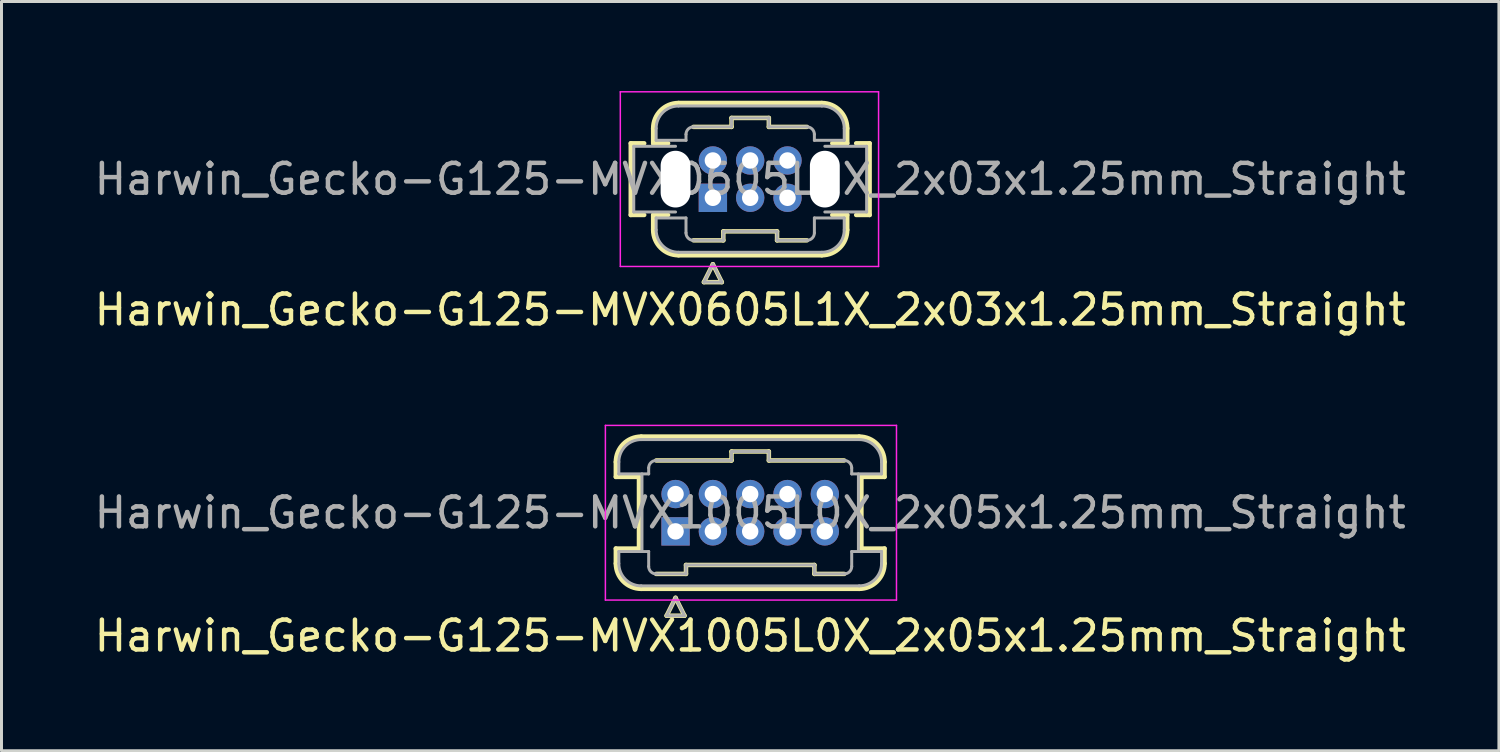
<source format=kicad_pcb>
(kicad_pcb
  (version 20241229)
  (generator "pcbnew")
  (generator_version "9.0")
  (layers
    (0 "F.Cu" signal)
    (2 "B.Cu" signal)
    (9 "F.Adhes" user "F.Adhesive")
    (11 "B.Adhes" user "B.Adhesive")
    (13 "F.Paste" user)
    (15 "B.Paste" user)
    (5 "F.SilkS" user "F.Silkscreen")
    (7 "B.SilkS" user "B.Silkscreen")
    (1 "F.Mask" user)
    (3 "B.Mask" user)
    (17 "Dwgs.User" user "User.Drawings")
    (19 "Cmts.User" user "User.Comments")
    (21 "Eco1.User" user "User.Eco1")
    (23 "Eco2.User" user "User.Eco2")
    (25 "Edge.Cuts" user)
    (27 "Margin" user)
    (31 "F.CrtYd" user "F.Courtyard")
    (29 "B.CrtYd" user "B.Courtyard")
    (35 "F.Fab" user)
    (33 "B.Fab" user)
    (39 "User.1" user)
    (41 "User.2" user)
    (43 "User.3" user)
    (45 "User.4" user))
  (footprint "Harwin_Gecko-G125-MVX0605L1X_2x03x1.25mm_Straight"
    (layer "F.Cu")
    (at 20.827 3.575)
    (property "Reference" "Harwin_Gecko-G125-MVX0605L1X_2x03x1.25mm_Straight" (at 1.25 3.75 0) (layer "F.SilkS") (effects (font (size 1 1) (thickness 0.15))))
    (attr through_hole)
    (fp_line (start -2.75 -1.825) (end -2.75 0.575) (stroke (width 0.15) (type solid)) (layer "F.SilkS"))
    (fp_line (start -2.75 0.575) (end -2.3 0.575) (stroke (width 0.15) (type solid)) (layer "F.SilkS"))
    (fp_line (start -2.3 -1.825) (end -2.75 -1.825) (stroke (width 0.15) (type solid)) (layer "F.SilkS"))
    (fp_line (start -2 -1.825) (end -2 -2.325) (stroke (width 0.15) (type solid)) (layer "F.SilkS"))
    (fp_line (start -2 -1.825) (end -1.5 -1.825) (stroke (width 0.15) (type solid)) (layer "F.SilkS"))
    (fp_line (start -2 0.575) (end -1.5 0.575) (stroke (width 0.15) (type solid)) (layer "F.SilkS"))
    (fp_line (start -2 1.075) (end -2 0.575) (stroke (width 0.15) (type solid)) (layer "F.SilkS"))
    (fp_line (start -1.15 -3.175) (end 3.65 -3.175) (stroke (width 0.15) (type solid)) (layer "F.SilkS"))
    (fp_line (start -1.15 1.925) (end 3.65 1.925) (stroke (width 0.15) (type solid)) (layer "F.SilkS"))
    (fp_line (start -0.65 -2.375) (end 0.625 -2.375) (stroke (width 0.15) (type solid)) (layer "F.SilkS"))
    (fp_line (start -0.65 1.425) (end 0.35 1.425) (stroke (width 0.15) (type solid)) (layer "F.SilkS"))
    (fp_line (start -0.3 2.825) (end 0.3 2.825) (stroke (width 0.15) (type solid)) (layer "F.SilkS"))
    (fp_line (start 0 2.225) (end -0.3 2.825) (stroke (width 0.15) (type solid)) (layer "F.SilkS"))
    (fp_line (start 0.3 2.825) (end 0 2.225) (stroke (width 0.15) (type solid)) (layer "F.SilkS"))
    (fp_line (start 0.35 1.125) (end 2.15 1.125) (stroke (width 0.15) (type solid)) (layer "F.SilkS"))
    (fp_line (start 0.35 1.425) (end 0.35 1.125) (stroke (width 0.15) (type solid)) (layer "F.SilkS"))
    (fp_line (start 0.625 -2.675) (end 1.875 -2.675) (stroke (width 0.15) (type solid)) (layer "F.SilkS"))
    (fp_line (start 0.625 -2.375) (end 0.625 -2.675) (stroke (width 0.15) (type solid)) (layer "F.SilkS"))
    (fp_line (start 1.875 -2.675) (end 1.875 -2.375) (stroke (width 0.15) (type solid)) (layer "F.SilkS"))
    (fp_line (start 1.875 -2.375) (end 3.15 -2.375) (stroke (width 0.15) (type solid)) (layer "F.SilkS"))
    (fp_line (start 2.15 1.125) (end 2.15 1.425) (stroke (width 0.15) (type solid)) (layer "F.SilkS"))
    (fp_line (start 2.15 1.425) (end 3.15 1.425) (stroke (width 0.15) (type solid)) (layer "F.SilkS"))
    (fp_line (start 4.5 -2.325) (end 4.5 -1.825) (stroke (width 0.15) (type solid)) (layer "F.SilkS"))
    (fp_line (start 4.5 -1.825) (end 4 -1.825) (stroke (width 0.15) (type solid)) (layer "F.SilkS"))
    (fp_line (start 4.5 0.575) (end 4 0.575) (stroke (width 0.15) (type solid)) (layer "F.SilkS"))
    (fp_line (start 4.5 1.075) (end 4.5 0.575) (stroke (width 0.15) (type solid)) (layer "F.SilkS"))
    (fp_line (start 4.8 0.575) (end 5.25 0.575) (stroke (width 0.15) (type solid)) (layer "F.SilkS"))
    (fp_line (start 5.25 -1.825) (end 4.8 -1.825) (stroke (width 0.15) (type solid)) (layer "F.SilkS"))
    (fp_line (start 5.25 -1.825) (end 5.25 0.575) (stroke (width 0.15) (type solid)) (layer "F.SilkS"))
    (fp_arc (start -2 -2.325) (mid -1.751041 -2.926041) (end -1.15 -3.175) (stroke (width 0.15) (type solid)) (layer "F.SilkS"))
    (fp_arc (start -1.15 1.925) (mid -1.751041 1.676041) (end -2 1.075) (stroke (width 0.15) (type solid)) (layer "F.SilkS"))
    (fp_arc (start 3.65 -3.175) (mid 4.251041 -2.926041) (end 4.5 -2.325) (stroke (width 0.15) (type solid)) (layer "F.SilkS"))
    (fp_arc (start 4.5 1.075) (mid 4.251041 1.676041) (end 3.65 1.925) (stroke (width 0.15) (type solid)) (layer "F.SilkS"))
    (fp_line (start -3.1 -3.55) (end -3.1 2.3) (stroke (width 0.05) (type solid)) (layer "F.CrtYd"))
    (fp_line (start -3.1 2.3) (end 5.55 2.3) (stroke (width 0.05) (type solid)) (layer "F.CrtYd"))
    (fp_line (start 5.55 -3.55) (end -3.1 -3.55) (stroke (width 0.05) (type solid)) (layer "F.CrtYd"))
    (fp_line (start 5.55 2.3) (end 5.55 -3.55) (stroke (width 0.05) (type solid)) (layer "F.CrtYd"))
    (fp_line (start -2.65 0.475) (end -2.65 -1.725) (stroke (width 0.1) (type solid)) (layer "F.Fab"))
    (fp_line (start -2.65 0.475) (end -1.25 0.475) (stroke (width 0.1) (type solid)) (layer "F.Fab"))
    (fp_line (start -1.9 -2.325) (end -1.9 -1.925) (stroke (width 0.1) (type solid)) (layer "F.Fab"))
    (fp_line (start -1.9 -1.925) (end -0.9 -1.925) (stroke (width 0.1) (type solid)) (layer "F.Fab"))
    (fp_line (start -1.9 0.675) (end -0.9 0.675) (stroke (width 0.1) (type solid)) (layer "F.Fab"))
    (fp_line (start -1.9 1.075) (end -1.9 0.675) (stroke (width 0.1) (type solid)) (layer "F.Fab"))
    (fp_line (start -1.25 -1.725) (end -2.65 -1.725) (stroke (width 0.1) (type solid)) (layer "F.Fab"))
    (fp_line (start -1.15 -3.075) (end 3.65 -3.075) (stroke (width 0.1) (type solid)) (layer "F.Fab"))
    (fp_line (start -1.15 1.825) (end 3.65 1.825) (stroke (width 0.1) (type solid)) (layer "F.Fab"))
    (fp_line (start -0.9 -2.125) (end -0.9 -1.925) (stroke (width 0.1) (type solid)) (layer "F.Fab"))
    (fp_line (start -0.9 1.175) (end -0.9 0.675) (stroke (width 0.1) (type solid)) (layer "F.Fab"))
    (fp_line (start -0.65 -2.375) (end 0.625 -2.375) (stroke (width 0.1) (type solid)) (layer "F.Fab"))
    (fp_line (start -0.65 1.425) (end 0.35 1.425) (stroke (width 0.1) (type solid)) (layer "F.Fab"))
    (fp_line (start -0.3 2.825) (end 0.3 2.825) (stroke (width 0.1) (type solid)) (layer "F.Fab"))
    (fp_line (start 0 2.225) (end -0.3 2.825) (stroke (width 0.1) (type solid)) (layer "F.Fab"))
    (fp_line (start 0.3 2.825) (end 0 2.225) (stroke (width 0.1) (type solid)) (layer "F.Fab"))
    (fp_line (start 0.35 1.125) (end 2.15 1.125) (stroke (width 0.1) (type solid)) (layer "F.Fab"))
    (fp_line (start 0.35 1.425) (end 0.35 1.125) (stroke (width 0.1) (type solid)) (layer "F.Fab"))
    (fp_line (start 0.625 -2.675) (end 1.875 -2.675) (stroke (width 0.1) (type solid)) (layer "F.Fab"))
    (fp_line (start 0.625 -2.375) (end 0.625 -2.675) (stroke (width 0.1) (type solid)) (layer "F.Fab"))
    (fp_line (start 1.875 -2.675) (end 1.875 -2.375) (stroke (width 0.1) (type solid)) (layer "F.Fab"))
    (fp_line (start 1.875 -2.375) (end 3.15 -2.375) (stroke (width 0.1) (type solid)) (layer "F.Fab"))
    (fp_line (start 2.15 1.125) (end 2.15 1.425) (stroke (width 0.1) (type solid)) (layer "F.Fab"))
    (fp_line (start 2.15 1.425) (end 3.15 1.425) (stroke (width 0.1) (type solid)) (layer "F.Fab"))
    (fp_line (start 3.4 -2.125) (end 3.4 -1.925) (stroke (width 0.1) (type solid)) (layer "F.Fab"))
    (fp_line (start 3.4 1.175) (end 3.4 0.675) (stroke (width 0.1) (type solid)) (layer "F.Fab"))
    (fp_line (start 3.75 0.475) (end 5.15 0.475) (stroke (width 0.1) (type solid)) (layer "F.Fab"))
    (fp_line (start 4.4 -2.325) (end 4.4 -1.925) (stroke (width 0.1) (type solid)) (layer "F.Fab"))
    (fp_line (start 4.4 -1.925) (end 3.4 -1.925) (stroke (width 0.1) (type solid)) (layer "F.Fab"))
    (fp_line (start 4.4 0.675) (end 3.4 0.675) (stroke (width 0.1) (type solid)) (layer "F.Fab"))
    (fp_line (start 4.4 1.075) (end 4.4 0.675) (stroke (width 0.1) (type solid)) (layer "F.Fab"))
    (fp_line (start 5.15 -1.725) (end 3.75 -1.725) (stroke (width 0.1) (type solid)) (layer "F.Fab"))
    (fp_line (start 5.15 -1.725) (end 5.15 0.475) (stroke (width 0.1) (type solid)) (layer "F.Fab"))
    (fp_arc (start -1.9 -2.325) (mid -1.68033 -2.85533) (end -1.15 -3.075) (stroke (width 0.1) (type solid)) (layer "F.Fab"))
    (fp_arc (start -1.15 1.825) (mid -1.68033 1.60533) (end -1.9 1.075) (stroke (width 0.1) (type solid)) (layer "F.Fab"))
    (fp_arc (start -0.9 -2.125) (mid -0.826777 -2.301777) (end -0.65 -2.375) (stroke (width 0.1) (type solid)) (layer "F.Fab"))
    (fp_arc (start -0.65 1.425) (mid -0.826777 1.351777) (end -0.9 1.175) (stroke (width 0.1) (type solid)) (layer "F.Fab"))
    (fp_arc (start 3.15 -2.375) (mid 3.326777 -2.301777) (end 3.4 -2.125) (stroke (width 0.1) (type solid)) (layer "F.Fab"))
    (fp_arc (start 3.4 1.175) (mid 3.326777 1.351777) (end 3.15 1.425) (stroke (width 0.1) (type solid)) (layer "F.Fab"))
    (fp_arc (start 3.65 -3.075) (mid 4.18033 -2.85533) (end 4.4 -2.325) (stroke (width 0.1) (type solid)) (layer "F.Fab"))
    (fp_arc (start 4.4 1.075) (mid 4.18033 1.60533) (end 3.65 1.825) (stroke (width 0.1) (type solid)) (layer "F.Fab"))
    (fp_text user "${REFERENCE}" (at 1.25 -0.625 0) (layer "F.Fab") (effects (font (size 1 1) (thickness 0.15))))
    (pad "" np_thru_hole oval (at -1.25 -0.625) (size 1 1.9) (drill oval 1 1.9) (layers "*.Cu" "*.Mask"))
    (pad "" np_thru_hole oval (at 3.75 -0.625) (size 1 1.9) (drill oval 1 1.9) (layers "*.Cu" "*.Mask"))
    (pad "1" thru_hole rect (at 0 0) (size 0.95 0.95) (drill 0.55) (layers "*.Cu" "*.Mask"))
    (pad "2" thru_hole circle (at 1.25 0) (size 0.95 0.95) (drill 0.55) (layers "*.Cu" "*.Mask"))
    (pad "3" thru_hole circle (at 2.5 0) (size 0.95 0.95) (drill 0.55) (layers "*.Cu" "*.Mask"))
    (pad "4" thru_hole circle (at 0 -1.25) (size 0.95 0.95) (drill 0.55) (layers "*.Cu" "*.Mask"))
    (pad "5" thru_hole circle (at 1.25 -1.25) (size 0.95 0.95) (drill 0.55) (layers "*.Cu" "*.Mask"))
    (pad "6" thru_hole circle (at 2.5 -1.25) (size 0.95 0.95) (drill 0.55) (layers "*.Cu" "*.Mask")))
  (footprint "Harwin_Gecko-G125-MVX1005L0X_2x05x1.25mm_Straight"
    (layer "F.Cu")
    (at 19.577 14.748)
    (property "Reference" "Harwin_Gecko-G125-MVX1005L0X_2x05x1.25mm_Straight" (at 2.5 3.5 0) (layer "F.SilkS") (effects (font (size 1 1) (thickness 0.15))))
    (attr through_hole)
    (fp_line (start -2 -1.825) (end -2 -2.325) (stroke (width 0.15) (type solid)) (layer "F.SilkS"))
    (fp_line (start -2 -1.825) (end -1.225 -1.825) (stroke (width 0.15) (type solid)) (layer "F.SilkS"))
    (fp_line (start -2 0.575) (end -1.225 0.575) (stroke (width 0.15) (type solid)) (layer "F.SilkS"))
    (fp_line (start -2 1.075) (end -2 0.575) (stroke (width 0.15) (type solid)) (layer "F.SilkS"))
    (fp_line (start -1.225 -1.825) (end -1.225 0.575) (stroke (width 0.15) (type solid)) (layer "F.SilkS"))
    (fp_line (start -1.15 -3.175) (end 6.15 -3.175) (stroke (width 0.15) (type solid)) (layer "F.SilkS"))
    (fp_line (start -1.15 1.925) (end 6.15 1.925) (stroke (width 0.15) (type solid)) (layer "F.SilkS"))
    (fp_line (start -0.65 -2.375) (end 1.875 -2.375) (stroke (width 0.15) (type solid)) (layer "F.SilkS"))
    (fp_line (start -0.65 1.425) (end 0.35 1.425) (stroke (width 0.15) (type solid)) (layer "F.SilkS"))
    (fp_line (start -0.3 2.825) (end 0.3 2.825) (stroke (width 0.15) (type solid)) (layer "F.SilkS"))
    (fp_line (start 0 2.225) (end -0.3 2.825) (stroke (width 0.15) (type solid)) (layer "F.SilkS"))
    (fp_line (start 0.3 2.825) (end 0 2.225) (stroke (width 0.15) (type solid)) (layer "F.SilkS"))
    (fp_line (start 0.35 1.125) (end 4.65 1.125) (stroke (width 0.15) (type solid)) (layer "F.SilkS"))
    (fp_line (start 0.35 1.425) (end 0.35 1.125) (stroke (width 0.15) (type solid)) (layer "F.SilkS"))
    (fp_line (start 1.875 -2.675) (end 3.125 -2.675) (stroke (width 0.15) (type solid)) (layer "F.SilkS"))
    (fp_line (start 1.875 -2.375) (end 1.875 -2.675) (stroke (width 0.15) (type solid)) (layer "F.SilkS"))
    (fp_line (start 3.125 -2.675) (end 3.125 -2.375) (stroke (width 0.15) (type solid)) (layer "F.SilkS"))
    (fp_line (start 3.125 -2.375) (end 5.65 -2.375) (stroke (width 0.15) (type solid)) (layer "F.SilkS"))
    (fp_line (start 4.65 1.125) (end 4.65 1.425) (stroke (width 0.15) (type solid)) (layer "F.SilkS"))
    (fp_line (start 4.65 1.425) (end 5.65 1.425) (stroke (width 0.15) (type solid)) (layer "F.SilkS"))
    (fp_line (start 6.225 -1.825) (end 6.225 0.575) (stroke (width 0.15) (type solid)) (layer "F.SilkS"))
    (fp_line (start 7 -2.325) (end 7 -1.825) (stroke (width 0.15) (type solid)) (layer "F.SilkS"))
    (fp_line (start 7 -1.825) (end 6.225 -1.825) (stroke (width 0.15) (type solid)) (layer "F.SilkS"))
    (fp_line (start 7 0.575) (end 6.225 0.575) (stroke (width 0.15) (type solid)) (layer "F.SilkS"))
    (fp_line (start 7 1.075) (end 7 0.575) (stroke (width 0.15) (type solid)) (layer "F.SilkS"))
    (fp_arc (start -2 -2.325) (mid -1.751041 -2.926041) (end -1.15 -3.175) (stroke (width 0.15) (type solid)) (layer "F.SilkS"))
    (fp_arc (start -1.15 1.925) (mid -1.751041 1.676041) (end -2 1.075) (stroke (width 0.15) (type solid)) (layer "F.SilkS"))
    (fp_arc (start 6.15 -3.175) (mid 6.751041 -2.926041) (end 7 -2.325) (stroke (width 0.15) (type solid)) (layer "F.SilkS"))
    (fp_arc (start 7 1.075) (mid 6.751041 1.676041) (end 6.15 1.925) (stroke (width 0.15) (type solid)) (layer "F.SilkS"))
    (fp_line (start -2.35 -3.55) (end -2.35 2.3) (stroke (width 0.05) (type solid)) (layer "F.CrtYd"))
    (fp_line (start -2.35 2.3) (end 7.4 2.3) (stroke (width 0.05) (type solid)) (layer "F.CrtYd"))
    (fp_line (start 7.4 -3.55) (end -2.35 -3.55) (stroke (width 0.05) (type solid)) (layer "F.CrtYd"))
    (fp_line (start 7.4 2.3) (end 7.4 -3.55) (stroke (width 0.05) (type solid)) (layer "F.CrtYd"))
    (fp_line (start -1.9 -2.325) (end -1.9 -1.925) (stroke (width 0.1) (type solid)) (layer "F.Fab"))
    (fp_line (start -1.9 -1.925) (end -0.9 -1.925) (stroke (width 0.1) (type solid)) (layer "F.Fab"))
    (fp_line (start -1.9 0.675) (end -0.9 0.675) (stroke (width 0.1) (type solid)) (layer "F.Fab"))
    (fp_line (start -1.9 1.075) (end -1.9 0.675) (stroke (width 0.1) (type solid)) (layer "F.Fab"))
    (fp_line (start -1.15 -3.075) (end 6.15 -3.075) (stroke (width 0.1) (type solid)) (layer "F.Fab"))
    (fp_line (start -1.15 1.825) (end 6.15 1.825) (stroke (width 0.1) (type solid)) (layer "F.Fab"))
    (fp_line (start -1.125 -1.925) (end -1.125 0.675) (stroke (width 0.1) (type solid)) (layer "F.Fab"))
    (fp_line (start -0.9 -2.125) (end -0.9 -1.925) (stroke (width 0.1) (type solid)) (layer "F.Fab"))
    (fp_line (start -0.9 1.175) (end -0.9 0.675) (stroke (width 0.1) (type solid)) (layer "F.Fab"))
    (fp_line (start -0.65 -2.375) (end 1.875 -2.375) (stroke (width 0.1) (type solid)) (layer "F.Fab"))
    (fp_line (start -0.65 1.425) (end 0.35 1.425) (stroke (width 0.1) (type solid)) (layer "F.Fab"))
    (fp_line (start -0.3 2.825) (end 0.3 2.825) (stroke (width 0.1) (type solid)) (layer "F.Fab"))
    (fp_line (start 0 2.225) (end -0.3 2.825) (stroke (width 0.1) (type solid)) (layer "F.Fab"))
    (fp_line (start 0.3 2.825) (end 0 2.225) (stroke (width 0.1) (type solid)) (layer "F.Fab"))
    (fp_line (start 0.35 1.125) (end 4.65 1.125) (stroke (width 0.1) (type solid)) (layer "F.Fab"))
    (fp_line (start 0.35 1.425) (end 0.35 1.125) (stroke (width 0.1) (type solid)) (layer "F.Fab"))
    (fp_line (start 1.875 -2.675) (end 3.125 -2.675) (stroke (width 0.1) (type solid)) (layer "F.Fab"))
    (fp_line (start 1.875 -2.375) (end 1.875 -2.675) (stroke (width 0.1) (type solid)) (layer "F.Fab"))
    (fp_line (start 3.125 -2.675) (end 3.125 -2.375) (stroke (width 0.1) (type solid)) (layer "F.Fab"))
    (fp_line (start 3.125 -2.375) (end 5.65 -2.375) (stroke (width 0.1) (type solid)) (layer "F.Fab"))
    (fp_line (start 4.65 1.125) (end 4.65 1.425) (stroke (width 0.1) (type solid)) (layer "F.Fab"))
    (fp_line (start 4.65 1.425) (end 5.65 1.425) (stroke (width 0.1) (type solid)) (layer "F.Fab"))
    (fp_line (start 5.9 -2.125) (end 5.9 -1.925) (stroke (width 0.1) (type solid)) (layer "F.Fab"))
    (fp_line (start 5.9 1.175) (end 5.9 0.675) (stroke (width 0.1) (type solid)) (layer "F.Fab"))
    (fp_line (start 6.125 -1.925) (end 6.125 0.675) (stroke (width 0.1) (type solid)) (layer "F.Fab"))
    (fp_line (start 6.9 -2.325) (end 6.9 -1.925) (stroke (width 0.1) (type solid)) (layer "F.Fab"))
    (fp_line (start 6.9 -1.925) (end 5.9 -1.925) (stroke (width 0.1) (type solid)) (layer "F.Fab"))
    (fp_line (start 6.9 0.675) (end 5.9 0.675) (stroke (width 0.1) (type solid)) (layer "F.Fab"))
    (fp_line (start 6.9 1.075) (end 6.9 0.675) (stroke (width 0.1) (type solid)) (layer "F.Fab"))
    (fp_arc (start -1.9 -2.325) (mid -1.68033 -2.85533) (end -1.15 -3.075) (stroke (width 0.1) (type solid)) (layer "F.Fab"))
    (fp_arc (start -1.15 1.825) (mid -1.68033 1.60533) (end -1.9 1.075) (stroke (width 0.1) (type solid)) (layer "F.Fab"))
    (fp_arc (start -0.9 -2.125) (mid -0.826777 -2.301777) (end -0.65 -2.375) (stroke (width 0.1) (type solid)) (layer "F.Fab"))
    (fp_arc (start -0.65 1.425) (mid -0.826777 1.351777) (end -0.9 1.175) (stroke (width 0.1) (type solid)) (layer "F.Fab"))
    (fp_arc (start 5.65 -2.375) (mid 5.826777 -2.301777) (end 5.9 -2.125) (stroke (width 0.1) (type solid)) (layer "F.Fab"))
    (fp_arc (start 5.9 1.175) (mid 5.826777 1.351777) (end 5.65 1.425) (stroke (width 0.1) (type solid)) (layer "F.Fab"))
    (fp_arc (start 6.15 -3.075) (mid 6.68033 -2.85533) (end 6.9 -2.325) (stroke (width 0.1) (type solid)) (layer "F.Fab"))
    (fp_arc (start 6.9 1.075) (mid 6.68033 1.60533) (end 6.15 1.825) (stroke (width 0.1) (type solid)) (layer "F.Fab"))
    (fp_text user "${REFERENCE}" (at 2.5 -0.625 0) (layer "F.Fab") (effects (font (size 1 1) (thickness 0.15))))
    (pad "1" thru_hole rect (at 0 0) (size 0.95 0.95) (drill 0.55) (layers "*.Cu" "*.Mask"))
    (pad "2" thru_hole circle (at 1.25 0) (size 0.95 0.95) (drill 0.55) (layers "*.Cu" "*.Mask"))
    (pad "3" thru_hole circle (at 2.5 0) (size 0.95 0.95) (drill 0.55) (layers "*.Cu" "*.Mask"))
    (pad "4" thru_hole circle (at 3.75 0) (size 0.95 0.95) (drill 0.55) (layers "*.Cu" "*.Mask"))
    (pad "5" thru_hole circle (at 5 0) (size 0.95 0.95) (drill 0.55) (layers "*.Cu" "*.Mask"))
    (pad "6" thru_hole circle (at 0 -1.25) (size 0.95 0.95) (drill 0.55) (layers "*.Cu" "*.Mask"))
    (pad "7" thru_hole circle (at 1.25 -1.25) (size 0.95 0.95) (drill 0.55) (layers "*.Cu" "*.Mask"))
    (pad "8" thru_hole circle (at 2.5 -1.25) (size 0.95 0.95) (drill 0.55) (layers "*.Cu" "*.Mask"))
    (pad "9" thru_hole circle (at 3.75 -1.25) (size 0.95 0.95) (drill 0.55) (layers "*.Cu" "*.Mask"))
    (pad "10" thru_hole circle (at 5 -1.25) (size 0.95 0.95) (drill 0.55) (layers "*.Cu" "*.Mask")))
  (gr_rect
    (start -3 -3)
    (end 47.155 22.096)
    (stroke (width 0.1) (type default))
    (fill no)
    (layer "Edge.Cuts")))
</source>
